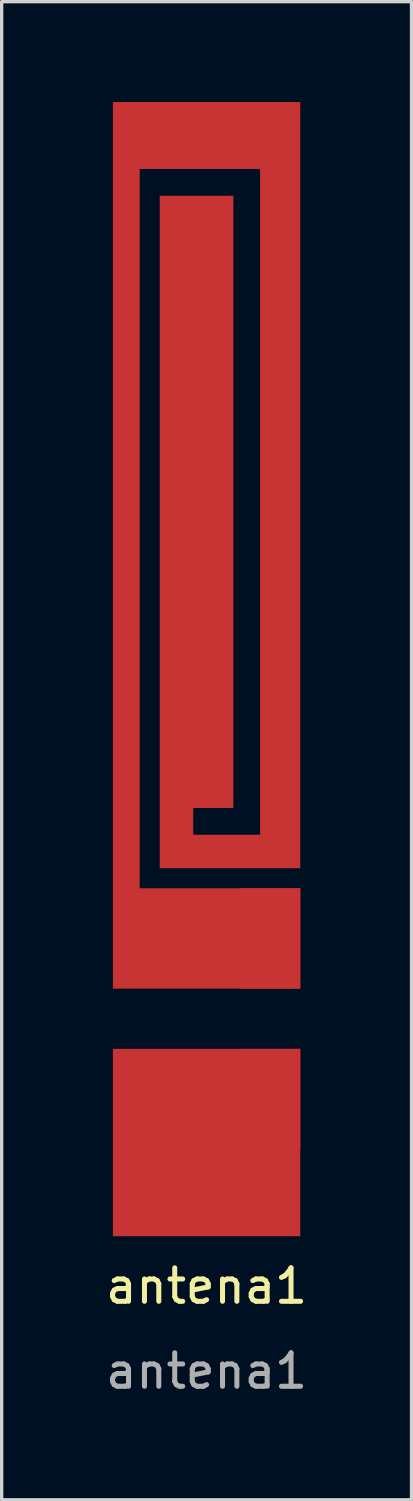
<source format=kicad_pcb>
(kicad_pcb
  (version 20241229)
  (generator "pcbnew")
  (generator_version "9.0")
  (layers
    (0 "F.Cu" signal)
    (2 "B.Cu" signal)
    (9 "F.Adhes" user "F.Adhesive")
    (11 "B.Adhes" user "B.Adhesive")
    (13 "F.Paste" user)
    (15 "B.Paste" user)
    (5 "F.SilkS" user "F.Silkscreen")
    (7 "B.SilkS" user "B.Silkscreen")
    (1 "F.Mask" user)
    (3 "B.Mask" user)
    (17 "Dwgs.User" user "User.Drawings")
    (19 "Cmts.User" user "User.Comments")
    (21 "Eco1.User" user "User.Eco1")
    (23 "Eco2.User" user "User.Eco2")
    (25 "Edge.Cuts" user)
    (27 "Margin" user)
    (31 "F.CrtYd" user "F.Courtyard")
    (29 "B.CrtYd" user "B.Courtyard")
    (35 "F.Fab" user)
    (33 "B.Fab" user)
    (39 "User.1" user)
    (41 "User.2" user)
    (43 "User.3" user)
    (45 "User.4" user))
  (footprint "antena1"
    (layer "F.Cu")
    (at 3.125 26.5)
    (property "Reference" "antena1" (at 0 8.89 0) (unlocked yes) (layer "F.SilkS") (effects (font (size 1 1) (thickness 0.15))))
    (attr smd)
    (fp_rect (start 2.8 1.8) (end -2.8 7.4) (stroke (width 0) (type solid)) (fill yes) (layer "F.Cu"))
    (fp_poly (pts (xy 2.8 -3.6) (xy -1.4 -3.6) (xy -1.4 -23.7) (xy 0.8 -23.7) (xy 0.8 -5.4) (xy -0.4 -5.4) (xy -0.4 -4.6) (xy 1.6 -4.6) (xy 1.6 -24.5) (xy -2 -24.5) (xy -2 -3) (xy 2.8 -3) (xy 2.8 0) (xy -2.8 0) (xy -2.8 -26.5) (xy 2.8 -26.5)) (stroke (width 0) (type solid)) (fill yes) (layer "F.Cu"))
    (fp_text user "${REFERENCE}" (at 0 11.43 0) (unlocked yes) (layer "F.Fab") (effects (font (size 1 1) (thickness 0.15))))
    (pad "1" smd rect (at 1.9 -1.5) (size 1.8 3) (layers "F.Cu" "F.Mask" "F.Paste"))
    (pad "2" smd rect (at 1.9 3.3) (size 1.8 3) (layers "F.Cu" "F.Mask" "F.Paste")))
  (gr_rect
    (start -3 -3)
    (end 9.25 41.778)
    (stroke (width 0.1) (type default))
    (fill no)
    (layer "Edge.Cuts")))
</source>
